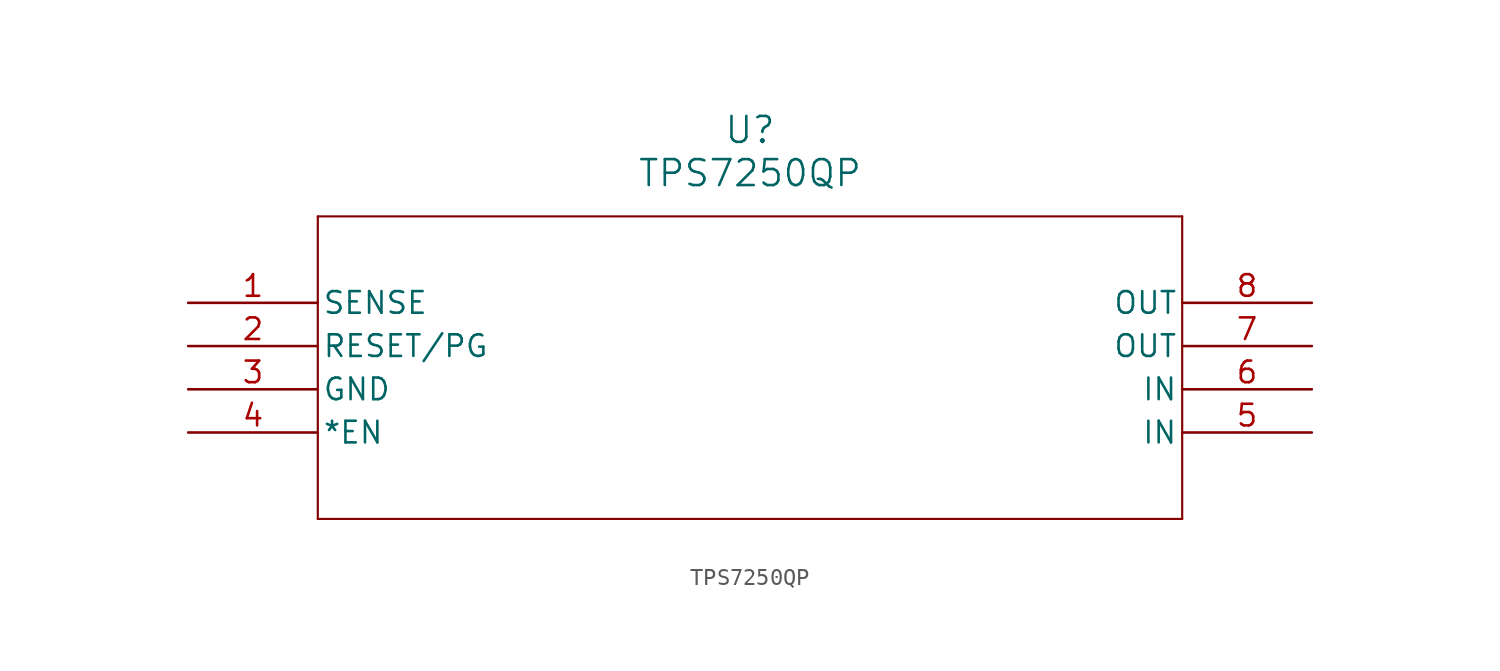
<source format=kicad_sym>
(kicad_symbol_lib
  (version 20211014)
  (generator kicad_symbol_editor)
  (symbol "TPS7250QP"
    (pin_names
      (offset 0.254))
    (property "Reference" "U"
      (at 33.02 10.16 0)
      (effects (font (size 1.524 1.524))))
    (property "Value" "TPS7250QP"
      (at 33.02 7.62 0)
      (effects (font (size 1.524 1.524))))
    (symbol "TPS7250QP_0_1"
      (polyline (pts (xy 7.62 5.08) (xy 7.62 -12.7)) (stroke (width 0.127) (type default) (color 0 0 0 0)) (fill (type none)))
      (polyline (pts (xy 7.62 -12.7) (xy 58.42 -12.7)) (stroke (width 0.127) (type default) (color 0 0 0 0)) (fill (type none)))
      (polyline (pts (xy 58.42 -12.7) (xy 58.42 5.08)) (stroke (width 0.127) (type default) (color 0 0 0 0)) (fill (type none)))
      (polyline (pts (xy 58.42 5.08) (xy 7.62 5.08)) (stroke (width 0.127) (type default) (color 0 0 0 0)) (fill (type none)))
      (pin unspecified line (at 0 0 0) (length 7.62) (name "SENSE" (effects (font (size 1.27 1.27)))) (number "1" (effects (font (size 1.27 1.27)))))
      (pin unspecified line (at 0 -2.54 0) (length 7.62) (name "RESET/PG" (effects (font (size 1.27 1.27)))) (number "2" (effects (font (size 1.27 1.27)))))
      (pin power_in line (at 0 -5.08 0) (length 7.62) (name "GND" (effects (font (size 1.27 1.27)))) (number "3" (effects (font (size 1.27 1.27)))))
      (pin input line (at 0 -7.62 0) (length 7.62) (name "*EN" (effects (font (size 1.27 1.27)))) (number "4" (effects (font (size 1.27 1.27)))))
      (pin input line (at 66.04 -7.62 180) (length 7.62) (name "IN" (effects (font (size 1.27 1.27)))) (number "5" (effects (font (size 1.27 1.27)))))
      (pin input line (at 66.04 -5.08 180) (length 7.62) (name "IN" (effects (font (size 1.27 1.27)))) (number "6" (effects (font (size 1.27 1.27)))))
      (pin output line (at 66.04 -2.54 180) (length 7.62) (name "OUT" (effects (font (size 1.27 1.27)))) (number "7" (effects (font (size 1.27 1.27)))))
      (pin output line (at 66.04 0 180) (length 7.62) (name "OUT" (effects (font (size 1.27 1.27)))) (number "8" (effects (font (size 1.27 1.27))))))))
</source>
